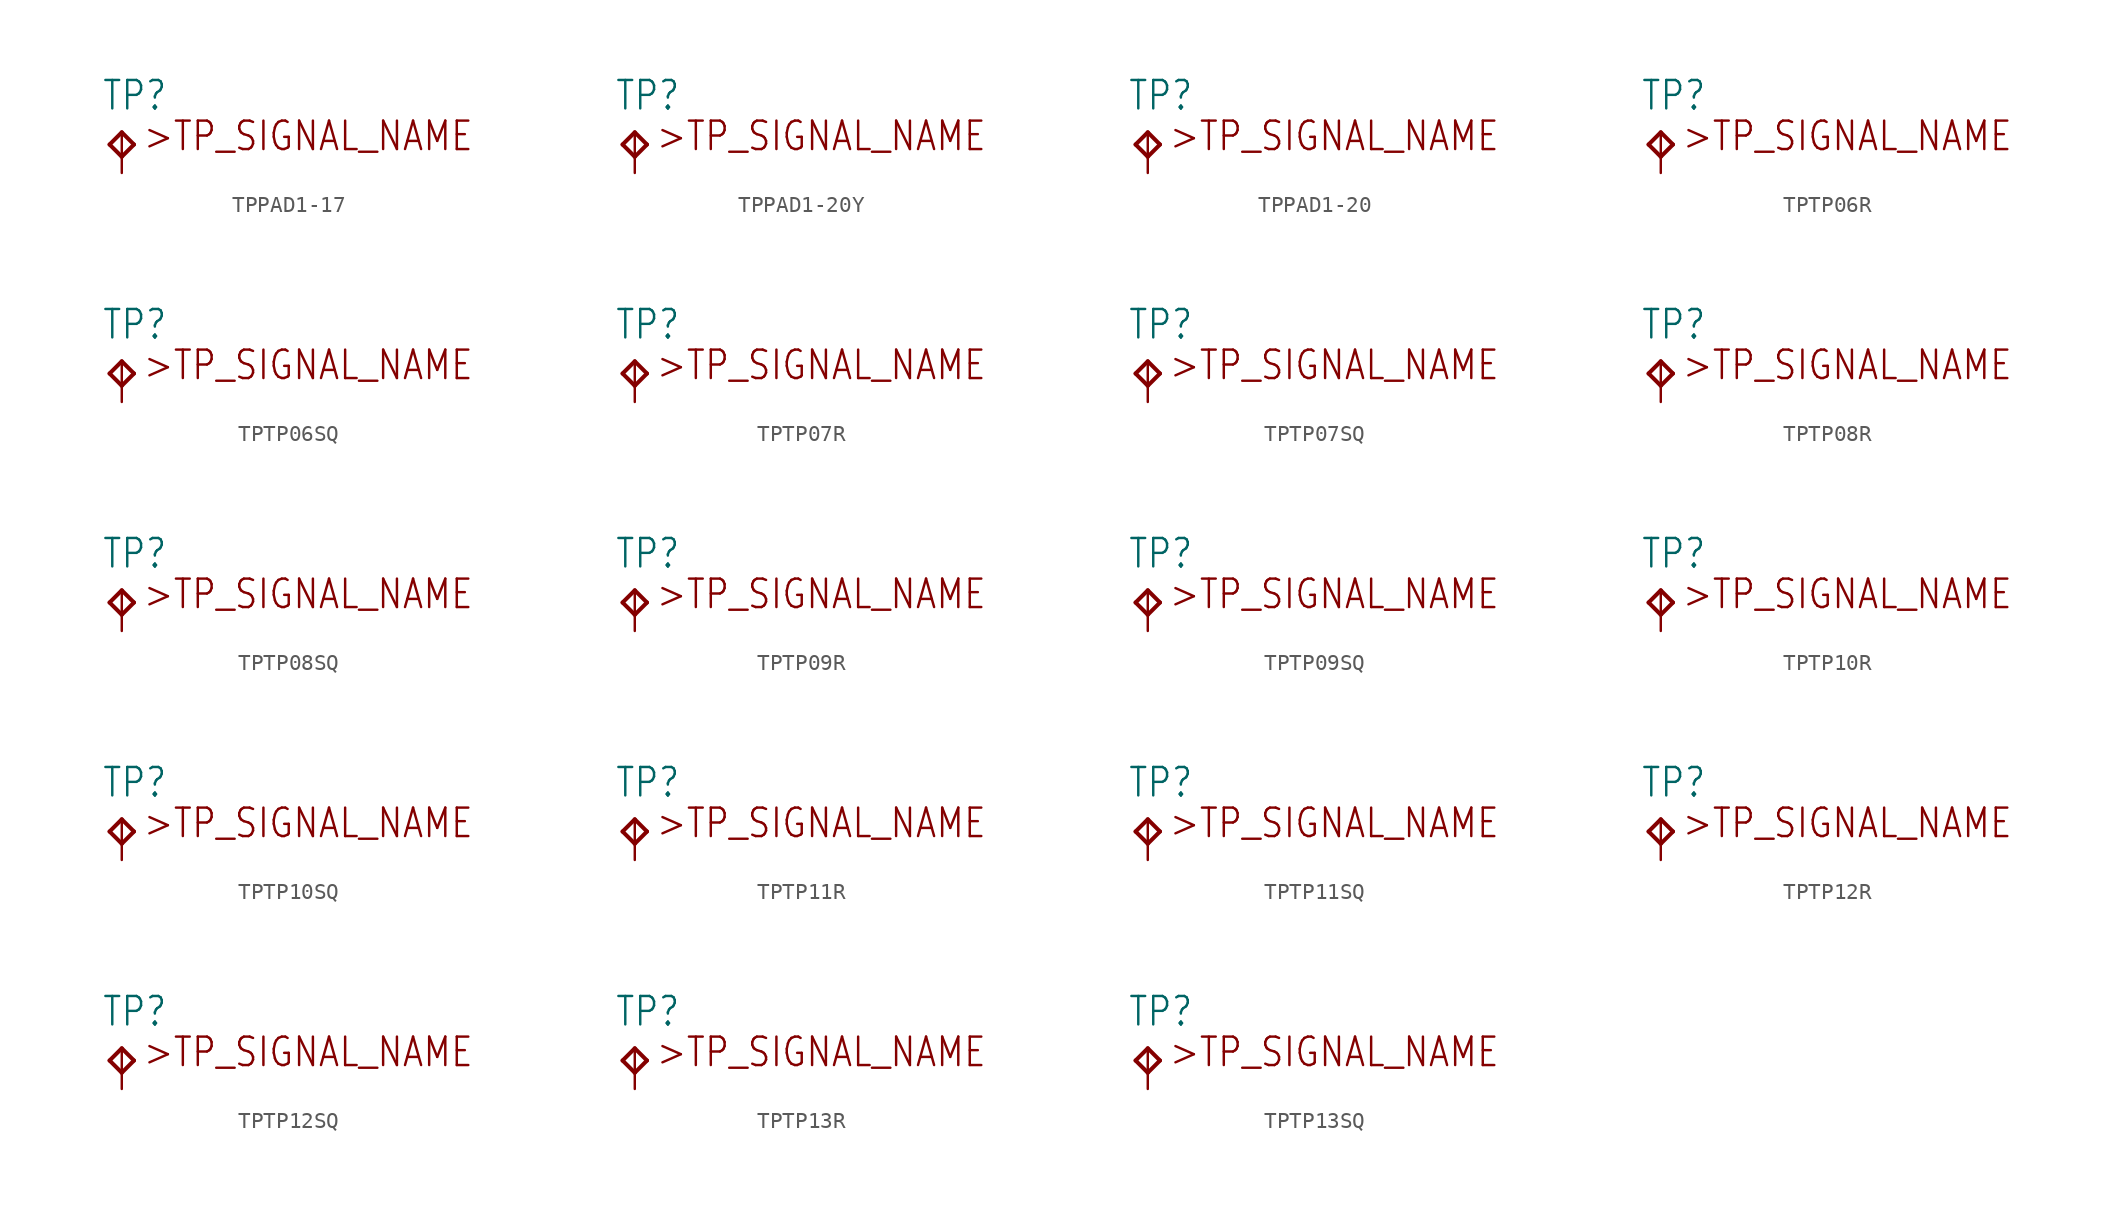
<source format=kicad_sym>
(kicad_symbol_lib
  (version 20220914)
  (generator kicad_symbol_editor)
  (symbol "TPPAD1-17"
    (property "Reference" "TP"
      (at -1.27 1.27 0)
      (effects (font (size 1.778 1.511)) (justify left bottom)))
    (property "ki_locked" ""
      (at 0 0 0)
      (effects (font (size 1.27 1.27))))
    (symbol "TPPAD1-17_1_0"
      (polyline (pts (xy -0.762 -0.762) (xy 0 0)) (stroke (width 0.254) (type solid)) (fill (type none)))
      (polyline (pts (xy 0 -1.524) (xy -0.762 -0.762)) (stroke (width 0.254) (type solid)) (fill (type none)))
      (polyline (pts (xy 0 0) (xy 0.762 -0.762)) (stroke (width 0.254) (type solid)) (fill (type none)))
      (polyline (pts (xy 0.762 -0.762) (xy 0 -1.524)) (stroke (width 0.254) (type solid)) (fill (type none)))
      (text ">TP_SIGNAL_NAME" (at 1.27 -1.27 0) (effects (font (size 1.778 1.511)) (justify left bottom)))
      (pin input line (at 0 -2.54 90) (length 2.54) (name "TP" (effects (font (size 0 0)))) (number "TP" (effects (font (size 0 0)))))))
  (symbol "TPPAD1-20Y"
    (property "Reference" "TP"
      (at -1.27 1.27 0)
      (effects (font (size 1.778 1.511)) (justify left bottom)))
    (property "ki_locked" ""
      (at 0 0 0)
      (effects (font (size 1.27 1.27))))
    (symbol "TPPAD1-20Y_1_0"
      (polyline (pts (xy -0.762 -0.762) (xy 0 0)) (stroke (width 0.254) (type solid)) (fill (type none)))
      (polyline (pts (xy 0 -1.524) (xy -0.762 -0.762)) (stroke (width 0.254) (type solid)) (fill (type none)))
      (polyline (pts (xy 0 0) (xy 0.762 -0.762)) (stroke (width 0.254) (type solid)) (fill (type none)))
      (polyline (pts (xy 0.762 -0.762) (xy 0 -1.524)) (stroke (width 0.254) (type solid)) (fill (type none)))
      (text ">TP_SIGNAL_NAME" (at 1.27 -1.27 0) (effects (font (size 1.778 1.511)) (justify left bottom)))
      (pin input line (at 0 -2.54 90) (length 2.54) (name "TP" (effects (font (size 0 0)))) (number "TP" (effects (font (size 0 0)))))))
  (symbol "TPPAD1-20"
    (property "Reference" "TP"
      (at -1.27 1.27 0)
      (effects (font (size 1.778 1.511)) (justify left bottom)))
    (property "ki_locked" ""
      (at 0 0 0)
      (effects (font (size 1.27 1.27))))
    (symbol "TPPAD1-20_1_0"
      (polyline (pts (xy -0.762 -0.762) (xy 0 0)) (stroke (width 0.254) (type solid)) (fill (type none)))
      (polyline (pts (xy 0 -1.524) (xy -0.762 -0.762)) (stroke (width 0.254) (type solid)) (fill (type none)))
      (polyline (pts (xy 0 0) (xy 0.762 -0.762)) (stroke (width 0.254) (type solid)) (fill (type none)))
      (polyline (pts (xy 0.762 -0.762) (xy 0 -1.524)) (stroke (width 0.254) (type solid)) (fill (type none)))
      (text ">TP_SIGNAL_NAME" (at 1.27 -1.27 0) (effects (font (size 1.778 1.511)) (justify left bottom)))
      (pin input line (at 0 -2.54 90) (length 2.54) (name "TP" (effects (font (size 0 0)))) (number "TP" (effects (font (size 0 0)))))))
  (symbol "TPTP06R"
    (property "Reference" "TP"
      (at -1.27 1.27 0)
      (effects (font (size 1.778 1.511)) (justify left bottom)))
    (property "ki_locked" ""
      (at 0 0 0)
      (effects (font (size 1.27 1.27))))
    (symbol "TPTP06R_1_0"
      (polyline (pts (xy -0.762 -0.762) (xy 0 0)) (stroke (width 0.254) (type solid)) (fill (type none)))
      (polyline (pts (xy 0 -1.524) (xy -0.762 -0.762)) (stroke (width 0.254) (type solid)) (fill (type none)))
      (polyline (pts (xy 0 0) (xy 0.762 -0.762)) (stroke (width 0.254) (type solid)) (fill (type none)))
      (polyline (pts (xy 0.762 -0.762) (xy 0 -1.524)) (stroke (width 0.254) (type solid)) (fill (type none)))
      (text ">TP_SIGNAL_NAME" (at 1.27 -1.27 0) (effects (font (size 1.778 1.511)) (justify left bottom)))
      (pin input line (at 0 -2.54 90) (length 2.54) (name "TP" (effects (font (size 0 0)))) (number "TP" (effects (font (size 0 0)))))))
  (symbol "TPTP06SQ"
    (property "Reference" "TP"
      (at -1.27 1.27 0)
      (effects (font (size 1.778 1.511)) (justify left bottom)))
    (property "ki_locked" ""
      (at 0 0 0)
      (effects (font (size 1.27 1.27))))
    (symbol "TPTP06SQ_1_0"
      (polyline (pts (xy -0.762 -0.762) (xy 0 0)) (stroke (width 0.254) (type solid)) (fill (type none)))
      (polyline (pts (xy 0 -1.524) (xy -0.762 -0.762)) (stroke (width 0.254) (type solid)) (fill (type none)))
      (polyline (pts (xy 0 0) (xy 0.762 -0.762)) (stroke (width 0.254) (type solid)) (fill (type none)))
      (polyline (pts (xy 0.762 -0.762) (xy 0 -1.524)) (stroke (width 0.254) (type solid)) (fill (type none)))
      (text ">TP_SIGNAL_NAME" (at 1.27 -1.27 0) (effects (font (size 1.778 1.511)) (justify left bottom)))
      (pin input line (at 0 -2.54 90) (length 2.54) (name "TP" (effects (font (size 0 0)))) (number "TP" (effects (font (size 0 0)))))))
  (symbol "TPTP07R"
    (property "Reference" "TP"
      (at -1.27 1.27 0)
      (effects (font (size 1.778 1.511)) (justify left bottom)))
    (property "ki_locked" ""
      (at 0 0 0)
      (effects (font (size 1.27 1.27))))
    (symbol "TPTP07R_1_0"
      (polyline (pts (xy -0.762 -0.762) (xy 0 0)) (stroke (width 0.254) (type solid)) (fill (type none)))
      (polyline (pts (xy 0 -1.524) (xy -0.762 -0.762)) (stroke (width 0.254) (type solid)) (fill (type none)))
      (polyline (pts (xy 0 0) (xy 0.762 -0.762)) (stroke (width 0.254) (type solid)) (fill (type none)))
      (polyline (pts (xy 0.762 -0.762) (xy 0 -1.524)) (stroke (width 0.254) (type solid)) (fill (type none)))
      (text ">TP_SIGNAL_NAME" (at 1.27 -1.27 0) (effects (font (size 1.778 1.511)) (justify left bottom)))
      (pin input line (at 0 -2.54 90) (length 2.54) (name "TP" (effects (font (size 0 0)))) (number "TP" (effects (font (size 0 0)))))))
  (symbol "TPTP07SQ"
    (property "Reference" "TP"
      (at -1.27 1.27 0)
      (effects (font (size 1.778 1.511)) (justify left bottom)))
    (property "ki_locked" ""
      (at 0 0 0)
      (effects (font (size 1.27 1.27))))
    (symbol "TPTP07SQ_1_0"
      (polyline (pts (xy -0.762 -0.762) (xy 0 0)) (stroke (width 0.254) (type solid)) (fill (type none)))
      (polyline (pts (xy 0 -1.524) (xy -0.762 -0.762)) (stroke (width 0.254) (type solid)) (fill (type none)))
      (polyline (pts (xy 0 0) (xy 0.762 -0.762)) (stroke (width 0.254) (type solid)) (fill (type none)))
      (polyline (pts (xy 0.762 -0.762) (xy 0 -1.524)) (stroke (width 0.254) (type solid)) (fill (type none)))
      (text ">TP_SIGNAL_NAME" (at 1.27 -1.27 0) (effects (font (size 1.778 1.511)) (justify left bottom)))
      (pin input line (at 0 -2.54 90) (length 2.54) (name "TP" (effects (font (size 0 0)))) (number "TP" (effects (font (size 0 0)))))))
  (symbol "TPTP08R"
    (property "Reference" "TP"
      (at -1.27 1.27 0)
      (effects (font (size 1.778 1.511)) (justify left bottom)))
    (property "ki_locked" ""
      (at 0 0 0)
      (effects (font (size 1.27 1.27))))
    (symbol "TPTP08R_1_0"
      (polyline (pts (xy -0.762 -0.762) (xy 0 0)) (stroke (width 0.254) (type solid)) (fill (type none)))
      (polyline (pts (xy 0 -1.524) (xy -0.762 -0.762)) (stroke (width 0.254) (type solid)) (fill (type none)))
      (polyline (pts (xy 0 0) (xy 0.762 -0.762)) (stroke (width 0.254) (type solid)) (fill (type none)))
      (polyline (pts (xy 0.762 -0.762) (xy 0 -1.524)) (stroke (width 0.254) (type solid)) (fill (type none)))
      (text ">TP_SIGNAL_NAME" (at 1.27 -1.27 0) (effects (font (size 1.778 1.511)) (justify left bottom)))
      (pin input line (at 0 -2.54 90) (length 2.54) (name "TP" (effects (font (size 0 0)))) (number "TP" (effects (font (size 0 0)))))))
  (symbol "TPTP08SQ"
    (property "Reference" "TP"
      (at -1.27 1.27 0)
      (effects (font (size 1.778 1.511)) (justify left bottom)))
    (property "ki_locked" ""
      (at 0 0 0)
      (effects (font (size 1.27 1.27))))
    (symbol "TPTP08SQ_1_0"
      (polyline (pts (xy -0.762 -0.762) (xy 0 0)) (stroke (width 0.254) (type solid)) (fill (type none)))
      (polyline (pts (xy 0 -1.524) (xy -0.762 -0.762)) (stroke (width 0.254) (type solid)) (fill (type none)))
      (polyline (pts (xy 0 0) (xy 0.762 -0.762)) (stroke (width 0.254) (type solid)) (fill (type none)))
      (polyline (pts (xy 0.762 -0.762) (xy 0 -1.524)) (stroke (width 0.254) (type solid)) (fill (type none)))
      (text ">TP_SIGNAL_NAME" (at 1.27 -1.27 0) (effects (font (size 1.778 1.511)) (justify left bottom)))
      (pin input line (at 0 -2.54 90) (length 2.54) (name "TP" (effects (font (size 0 0)))) (number "TP" (effects (font (size 0 0)))))))
  (symbol "TPTP09R"
    (property "Reference" "TP"
      (at -1.27 1.27 0)
      (effects (font (size 1.778 1.511)) (justify left bottom)))
    (property "ki_locked" ""
      (at 0 0 0)
      (effects (font (size 1.27 1.27))))
    (symbol "TPTP09R_1_0"
      (polyline (pts (xy -0.762 -0.762) (xy 0 0)) (stroke (width 0.254) (type solid)) (fill (type none)))
      (polyline (pts (xy 0 -1.524) (xy -0.762 -0.762)) (stroke (width 0.254) (type solid)) (fill (type none)))
      (polyline (pts (xy 0 0) (xy 0.762 -0.762)) (stroke (width 0.254) (type solid)) (fill (type none)))
      (polyline (pts (xy 0.762 -0.762) (xy 0 -1.524)) (stroke (width 0.254) (type solid)) (fill (type none)))
      (text ">TP_SIGNAL_NAME" (at 1.27 -1.27 0) (effects (font (size 1.778 1.511)) (justify left bottom)))
      (pin input line (at 0 -2.54 90) (length 2.54) (name "TP" (effects (font (size 0 0)))) (number "TP" (effects (font (size 0 0)))))))
  (symbol "TPTP09SQ"
    (property "Reference" "TP"
      (at -1.27 1.27 0)
      (effects (font (size 1.778 1.511)) (justify left bottom)))
    (property "ki_locked" ""
      (at 0 0 0)
      (effects (font (size 1.27 1.27))))
    (symbol "TPTP09SQ_1_0"
      (polyline (pts (xy -0.762 -0.762) (xy 0 0)) (stroke (width 0.254) (type solid)) (fill (type none)))
      (polyline (pts (xy 0 -1.524) (xy -0.762 -0.762)) (stroke (width 0.254) (type solid)) (fill (type none)))
      (polyline (pts (xy 0 0) (xy 0.762 -0.762)) (stroke (width 0.254) (type solid)) (fill (type none)))
      (polyline (pts (xy 0.762 -0.762) (xy 0 -1.524)) (stroke (width 0.254) (type solid)) (fill (type none)))
      (text ">TP_SIGNAL_NAME" (at 1.27 -1.27 0) (effects (font (size 1.778 1.511)) (justify left bottom)))
      (pin input line (at 0 -2.54 90) (length 2.54) (name "TP" (effects (font (size 0 0)))) (number "TP" (effects (font (size 0 0)))))))
  (symbol "TPTP10R"
    (property "Reference" "TP"
      (at -1.27 1.27 0)
      (effects (font (size 1.778 1.511)) (justify left bottom)))
    (property "ki_locked" ""
      (at 0 0 0)
      (effects (font (size 1.27 1.27))))
    (symbol "TPTP10R_1_0"
      (polyline (pts (xy -0.762 -0.762) (xy 0 0)) (stroke (width 0.254) (type solid)) (fill (type none)))
      (polyline (pts (xy 0 -1.524) (xy -0.762 -0.762)) (stroke (width 0.254) (type solid)) (fill (type none)))
      (polyline (pts (xy 0 0) (xy 0.762 -0.762)) (stroke (width 0.254) (type solid)) (fill (type none)))
      (polyline (pts (xy 0.762 -0.762) (xy 0 -1.524)) (stroke (width 0.254) (type solid)) (fill (type none)))
      (text ">TP_SIGNAL_NAME" (at 1.27 -1.27 0) (effects (font (size 1.778 1.511)) (justify left bottom)))
      (pin input line (at 0 -2.54 90) (length 2.54) (name "TP" (effects (font (size 0 0)))) (number "TP" (effects (font (size 0 0)))))))
  (symbol "TPTP10SQ"
    (property "Reference" "TP"
      (at -1.27 1.27 0)
      (effects (font (size 1.778 1.511)) (justify left bottom)))
    (property "ki_locked" ""
      (at 0 0 0)
      (effects (font (size 1.27 1.27))))
    (symbol "TPTP10SQ_1_0"
      (polyline (pts (xy -0.762 -0.762) (xy 0 0)) (stroke (width 0.254) (type solid)) (fill (type none)))
      (polyline (pts (xy 0 -1.524) (xy -0.762 -0.762)) (stroke (width 0.254) (type solid)) (fill (type none)))
      (polyline (pts (xy 0 0) (xy 0.762 -0.762)) (stroke (width 0.254) (type solid)) (fill (type none)))
      (polyline (pts (xy 0.762 -0.762) (xy 0 -1.524)) (stroke (width 0.254) (type solid)) (fill (type none)))
      (text ">TP_SIGNAL_NAME" (at 1.27 -1.27 0) (effects (font (size 1.778 1.511)) (justify left bottom)))
      (pin input line (at 0 -2.54 90) (length 2.54) (name "TP" (effects (font (size 0 0)))) (number "TP" (effects (font (size 0 0)))))))
  (symbol "TPTP11R"
    (property "Reference" "TP"
      (at -1.27 1.27 0)
      (effects (font (size 1.778 1.511)) (justify left bottom)))
    (property "ki_locked" ""
      (at 0 0 0)
      (effects (font (size 1.27 1.27))))
    (symbol "TPTP11R_1_0"
      (polyline (pts (xy -0.762 -0.762) (xy 0 0)) (stroke (width 0.254) (type solid)) (fill (type none)))
      (polyline (pts (xy 0 -1.524) (xy -0.762 -0.762)) (stroke (width 0.254) (type solid)) (fill (type none)))
      (polyline (pts (xy 0 0) (xy 0.762 -0.762)) (stroke (width 0.254) (type solid)) (fill (type none)))
      (polyline (pts (xy 0.762 -0.762) (xy 0 -1.524)) (stroke (width 0.254) (type solid)) (fill (type none)))
      (text ">TP_SIGNAL_NAME" (at 1.27 -1.27 0) (effects (font (size 1.778 1.511)) (justify left bottom)))
      (pin input line (at 0 -2.54 90) (length 2.54) (name "TP" (effects (font (size 0 0)))) (number "TP" (effects (font (size 0 0)))))))
  (symbol "TPTP11SQ"
    (property "Reference" "TP"
      (at -1.27 1.27 0)
      (effects (font (size 1.778 1.511)) (justify left bottom)))
    (property "ki_locked" ""
      (at 0 0 0)
      (effects (font (size 1.27 1.27))))
    (symbol "TPTP11SQ_1_0"
      (polyline (pts (xy -0.762 -0.762) (xy 0 0)) (stroke (width 0.254) (type solid)) (fill (type none)))
      (polyline (pts (xy 0 -1.524) (xy -0.762 -0.762)) (stroke (width 0.254) (type solid)) (fill (type none)))
      (polyline (pts (xy 0 0) (xy 0.762 -0.762)) (stroke (width 0.254) (type solid)) (fill (type none)))
      (polyline (pts (xy 0.762 -0.762) (xy 0 -1.524)) (stroke (width 0.254) (type solid)) (fill (type none)))
      (text ">TP_SIGNAL_NAME" (at 1.27 -1.27 0) (effects (font (size 1.778 1.511)) (justify left bottom)))
      (pin input line (at 0 -2.54 90) (length 2.54) (name "TP" (effects (font (size 0 0)))) (number "TP" (effects (font (size 0 0)))))))
  (symbol "TPTP12R"
    (property "Reference" "TP"
      (at -1.27 1.27 0)
      (effects (font (size 1.778 1.511)) (justify left bottom)))
    (property "ki_locked" ""
      (at 0 0 0)
      (effects (font (size 1.27 1.27))))
    (symbol "TPTP12R_1_0"
      (polyline (pts (xy -0.762 -0.762) (xy 0 0)) (stroke (width 0.254) (type solid)) (fill (type none)))
      (polyline (pts (xy 0 -1.524) (xy -0.762 -0.762)) (stroke (width 0.254) (type solid)) (fill (type none)))
      (polyline (pts (xy 0 0) (xy 0.762 -0.762)) (stroke (width 0.254) (type solid)) (fill (type none)))
      (polyline (pts (xy 0.762 -0.762) (xy 0 -1.524)) (stroke (width 0.254) (type solid)) (fill (type none)))
      (text ">TP_SIGNAL_NAME" (at 1.27 -1.27 0) (effects (font (size 1.778 1.511)) (justify left bottom)))
      (pin input line (at 0 -2.54 90) (length 2.54) (name "TP" (effects (font (size 0 0)))) (number "TP" (effects (font (size 0 0)))))))
  (symbol "TPTP12SQ"
    (property "Reference" "TP"
      (at -1.27 1.27 0)
      (effects (font (size 1.778 1.511)) (justify left bottom)))
    (property "ki_locked" ""
      (at 0 0 0)
      (effects (font (size 1.27 1.27))))
    (symbol "TPTP12SQ_1_0"
      (polyline (pts (xy -0.762 -0.762) (xy 0 0)) (stroke (width 0.254) (type solid)) (fill (type none)))
      (polyline (pts (xy 0 -1.524) (xy -0.762 -0.762)) (stroke (width 0.254) (type solid)) (fill (type none)))
      (polyline (pts (xy 0 0) (xy 0.762 -0.762)) (stroke (width 0.254) (type solid)) (fill (type none)))
      (polyline (pts (xy 0.762 -0.762) (xy 0 -1.524)) (stroke (width 0.254) (type solid)) (fill (type none)))
      (text ">TP_SIGNAL_NAME" (at 1.27 -1.27 0) (effects (font (size 1.778 1.511)) (justify left bottom)))
      (pin input line (at 0 -2.54 90) (length 2.54) (name "TP" (effects (font (size 0 0)))) (number "TP" (effects (font (size 0 0)))))))
  (symbol "TPTP13R"
    (property "Reference" "TP"
      (at -1.27 1.27 0)
      (effects (font (size 1.778 1.511)) (justify left bottom)))
    (property "ki_locked" ""
      (at 0 0 0)
      (effects (font (size 1.27 1.27))))
    (symbol "TPTP13R_1_0"
      (polyline (pts (xy -0.762 -0.762) (xy 0 0)) (stroke (width 0.254) (type solid)) (fill (type none)))
      (polyline (pts (xy 0 -1.524) (xy -0.762 -0.762)) (stroke (width 0.254) (type solid)) (fill (type none)))
      (polyline (pts (xy 0 0) (xy 0.762 -0.762)) (stroke (width 0.254) (type solid)) (fill (type none)))
      (polyline (pts (xy 0.762 -0.762) (xy 0 -1.524)) (stroke (width 0.254) (type solid)) (fill (type none)))
      (text ">TP_SIGNAL_NAME" (at 1.27 -1.27 0) (effects (font (size 1.778 1.511)) (justify left bottom)))
      (pin input line (at 0 -2.54 90) (length 2.54) (name "TP" (effects (font (size 0 0)))) (number "TP" (effects (font (size 0 0)))))))
  (symbol "TPTP13SQ"
    (property "Reference" "TP"
      (at -1.27 1.27 0)
      (effects (font (size 1.778 1.511)) (justify left bottom)))
    (property "ki_locked" ""
      (at 0 0 0)
      (effects (font (size 1.27 1.27))))
    (symbol "TPTP13SQ_1_0"
      (polyline (pts (xy -0.762 -0.762) (xy 0 0)) (stroke (width 0.254) (type solid)) (fill (type none)))
      (polyline (pts (xy 0 -1.524) (xy -0.762 -0.762)) (stroke (width 0.254) (type solid)) (fill (type none)))
      (polyline (pts (xy 0 0) (xy 0.762 -0.762)) (stroke (width 0.254) (type solid)) (fill (type none)))
      (polyline (pts (xy 0.762 -0.762) (xy 0 -1.524)) (stroke (width 0.254) (type solid)) (fill (type none)))
      (text ">TP_SIGNAL_NAME" (at 1.27 -1.27 0) (effects (font (size 1.778 1.511)) (justify left bottom)))
      (pin input line (at 0 -2.54 90) (length 2.54) (name "TP" (effects (font (size 0 0)))) (number "TP" (effects (font (size 0 0))))))))
</source>
